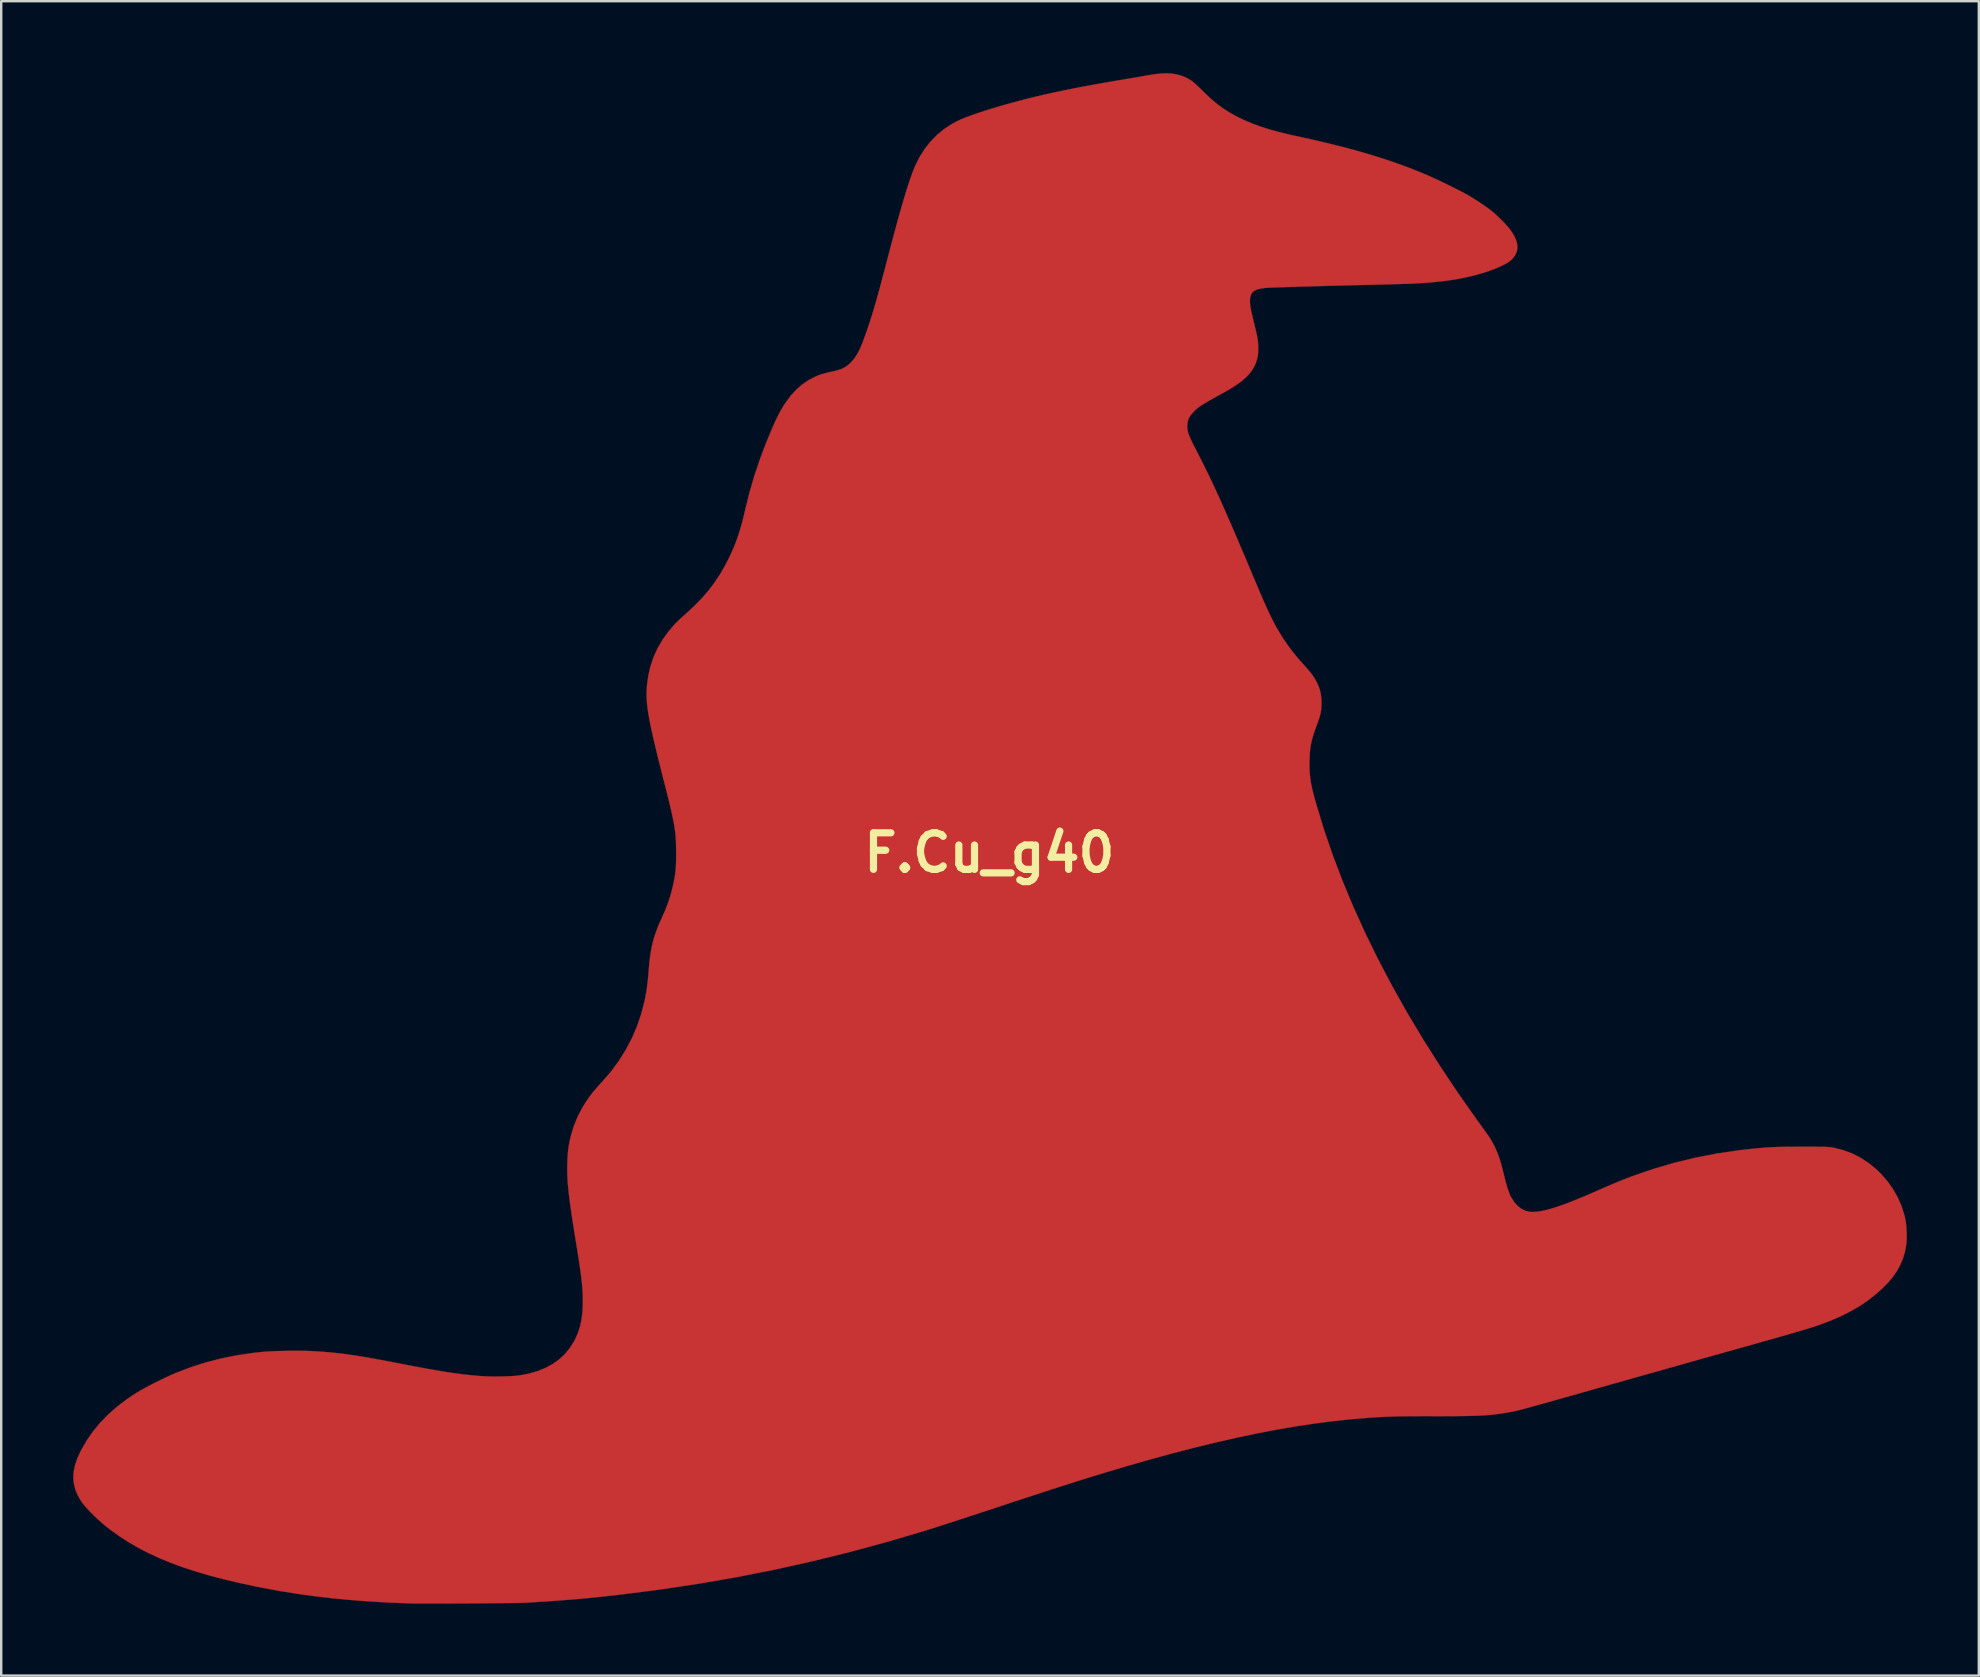
<source format=kicad_pcb>
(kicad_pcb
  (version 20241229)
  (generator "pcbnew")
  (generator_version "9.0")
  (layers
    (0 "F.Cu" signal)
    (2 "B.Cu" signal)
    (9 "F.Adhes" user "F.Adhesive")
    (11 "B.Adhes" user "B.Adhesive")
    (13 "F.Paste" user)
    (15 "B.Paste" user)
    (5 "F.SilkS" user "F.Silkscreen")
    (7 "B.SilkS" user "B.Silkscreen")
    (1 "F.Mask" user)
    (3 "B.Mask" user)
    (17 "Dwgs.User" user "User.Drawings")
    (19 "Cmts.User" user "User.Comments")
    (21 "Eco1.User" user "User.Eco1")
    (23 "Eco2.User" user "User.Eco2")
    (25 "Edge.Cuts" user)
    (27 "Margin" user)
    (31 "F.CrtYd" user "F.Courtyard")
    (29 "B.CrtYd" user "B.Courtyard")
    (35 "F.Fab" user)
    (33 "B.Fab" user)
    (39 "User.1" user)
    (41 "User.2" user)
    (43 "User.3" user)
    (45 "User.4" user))
  (footprint "F.Cu_g40"
    (layer "F.Cu")
    (at 38.171 32.485)
    (property "Reference" "F.Cu_g40" (at 0 0 0) (layer "F.SilkS") (effects (font (size 1.524 1.524) (thickness 0.3))))
    (attr through_hole)
    (fp_poly (pts (xy 7.615 -32.467) (xy 7.814 -32.433) (xy 8.003 -32.379) (xy 8.082 -32.35) (xy 8.18 -32.308) (xy 8.268 -32.266) (xy 8.35 -32.22) (xy 8.432 -32.164) (xy 8.519 -32.096) (xy 8.617 -32.011) (xy 8.729 -31.905) (xy 8.863 -31.775) (xy 8.95 -31.688) (xy 9.214 -31.436) (xy 9.471 -31.218) (xy 9.733 -31.023) (xy 10.01 -30.847) (xy 10.31 -30.681) (xy 10.389 -30.641) (xy 10.688 -30.5) (xy 11 -30.37) (xy 11.332 -30.25) (xy 11.687 -30.137) (xy 12.072 -30.032) (xy 12.491 -29.93) (xy 12.732 -29.877) (xy 13.402 -29.73) (xy 14.033 -29.583) (xy 14.629 -29.436) (xy 15.193 -29.287) (xy 15.729 -29.134) (xy 16.241 -28.978) (xy 16.731 -28.817) (xy 17.204 -28.65) (xy 17.662 -28.476) (xy 18.11 -28.294) (xy 18.182 -28.264) (xy 18.328 -28.2) (xy 18.498 -28.123) (xy 18.687 -28.035) (xy 18.887 -27.94) (xy 19.09 -27.842) (xy 19.291 -27.743) (xy 19.481 -27.648) (xy 19.655 -27.56) (xy 19.804 -27.481) (xy 19.923 -27.416) (xy 19.93 -27.412) (xy 20.085 -27.32) (xy 20.255 -27.214) (xy 20.431 -27.099) (xy 20.602 -26.984) (xy 20.759 -26.873) (xy 20.893 -26.773) (xy 20.934 -26.741) (xy 21.052 -26.641) (xy 21.183 -26.521) (xy 21.319 -26.39) (xy 21.45 -26.256) (xy 21.569 -26.127) (xy 21.666 -26.013) (xy 21.699 -25.971) (xy 21.837 -25.767) (xy 21.934 -25.573) (xy 21.989 -25.39) (xy 22.004 -25.217) (xy 21.978 -25.054) (xy 21.91 -24.901) (xy 21.802 -24.759) (xy 21.74 -24.698) (xy 21.628 -24.613) (xy 21.479 -24.525) (xy 21.297 -24.435) (xy 21.087 -24.344) (xy 20.854 -24.256) (xy 20.602 -24.173) (xy 20.335 -24.095) (xy 20.267 -24.076) (xy 19.975 -24.004) (xy 19.68 -23.941) (xy 19.376 -23.886) (xy 19.058 -23.839) (xy 18.72 -23.799) (xy 18.356 -23.765) (xy 17.961 -23.736) (xy 17.642 -23.718) (xy 17.584 -23.715) (xy 17.488 -23.712) (xy 17.357 -23.708) (xy 17.194 -23.703) (xy 17.005 -23.698) (xy 16.791 -23.692) (xy 16.558 -23.686) (xy 16.309 -23.679) (xy 16.048 -23.673) (xy 15.779 -23.666) (xy 15.706 -23.664) (xy 15.149 -23.651) (xy 14.63 -23.637) (xy 14.149 -23.625) (xy 13.705 -23.613) (xy 13.301 -23.602) (xy 12.935 -23.592) (xy 12.609 -23.582) (xy 12.323 -23.573) (xy 12.077 -23.564) (xy 11.872 -23.557) (xy 11.708 -23.55) (xy 11.586 -23.543) (xy 11.514 -23.539) (xy 11.322 -23.515) (xy 11.168 -23.478) (xy 11.049 -23.425) (xy 10.961 -23.352) (xy 10.902 -23.259) (xy 10.869 -23.141) (xy 10.859 -22.998) (xy 10.861 -22.922) (xy 10.867 -22.844) (xy 10.879 -22.756) (xy 10.897 -22.652) (xy 10.923 -22.528) (xy 10.957 -22.376) (xy 11.002 -22.191) (xy 11.017 -22.13) (xy 11.053 -21.981) (xy 11.088 -21.834) (xy 11.119 -21.697) (xy 11.146 -21.58) (xy 11.165 -21.492) (xy 11.168 -21.474) (xy 11.19 -21.321) (xy 11.203 -21.152) (xy 11.205 -20.979) (xy 11.198 -20.815) (xy 11.181 -20.673) (xy 11.167 -20.606) (xy 11.11 -20.424) (xy 11.035 -20.254) (xy 10.939 -20.095) (xy 10.82 -19.942) (xy 10.675 -19.793) (xy 10.5 -19.645) (xy 10.293 -19.496) (xy 10.052 -19.342) (xy 9.772 -19.18) (xy 9.726 -19.155) (xy 9.505 -19.033) (xy 9.318 -18.929) (xy 9.16 -18.84) (xy 9.029 -18.764) (xy 8.919 -18.698) (xy 8.828 -18.64) (xy 8.752 -18.587) (xy 8.686 -18.538) (xy 8.628 -18.489) (xy 8.572 -18.438) (xy 8.525 -18.392) (xy 8.402 -18.254) (xy 8.318 -18.119) (xy 8.267 -17.978) (xy 8.247 -17.825) (xy 8.246 -17.791) (xy 8.249 -17.703) (xy 8.259 -17.617) (xy 8.278 -17.528) (xy 8.309 -17.431) (xy 8.353 -17.319) (xy 8.413 -17.188) (xy 8.49 -17.03) (xy 8.573 -16.868) (xy 8.693 -16.635) (xy 8.808 -16.409) (xy 8.92 -16.186) (xy 9.029 -15.964) (xy 9.138 -15.741) (xy 9.247 -15.515) (xy 9.357 -15.281) (xy 9.469 -15.039) (xy 9.585 -14.786) (xy 9.705 -14.518) (xy 9.832 -14.233) (xy 9.965 -13.93) (xy 10.107 -13.604) (xy 10.257 -13.254) (xy 10.419 -12.877) (xy 10.592 -12.471) (xy 10.778 -12.032) (xy 10.977 -11.559) (xy 11.143 -11.165) (xy 11.28 -10.844) (xy 11.403 -10.558) (xy 11.515 -10.304) (xy 11.618 -10.078) (xy 11.714 -9.876) (xy 11.804 -9.694) (xy 11.891 -9.527) (xy 11.976 -9.373) (xy 12.053 -9.24) (xy 12.241 -8.937) (xy 12.432 -8.655) (xy 12.634 -8.384) (xy 12.855 -8.114) (xy 13.104 -7.832) (xy 13.113 -7.821) (xy 13.241 -7.679) (xy 13.344 -7.56) (xy 13.427 -7.456) (xy 13.495 -7.362) (xy 13.554 -7.27) (xy 13.608 -7.174) (xy 13.625 -7.141) (xy 13.712 -6.958) (xy 13.773 -6.788) (xy 13.812 -6.614) (xy 13.833 -6.423) (xy 13.838 -6.327) (xy 13.839 -6.133) (xy 13.828 -5.963) (xy 13.799 -5.801) (xy 13.753 -5.632) (xy 13.702 -5.485) (xy 13.616 -5.248) (xy 13.545 -5.043) (xy 13.487 -4.863) (xy 13.442 -4.701) (xy 13.407 -4.55) (xy 13.381 -4.404) (xy 13.363 -4.256) (xy 13.351 -4.098) (xy 13.343 -3.924) (xy 13.341 -3.873) (xy 13.338 -3.664) (xy 13.341 -3.47) (xy 13.353 -3.284) (xy 13.373 -3.1) (xy 13.403 -2.91) (xy 13.444 -2.707) (xy 13.497 -2.483) (xy 13.564 -2.233) (xy 13.619 -2.037) (xy 13.944 -0.97) (xy 14.312 0.103) (xy 14.722 1.18) (xy 15.173 2.263) (xy 15.667 3.35) (xy 16.203 4.443) (xy 16.78 5.54) (xy 17.4 6.643) (xy 18.062 7.75) (xy 18.766 8.862) (xy 19.511 9.98) (xy 20.299 11.102) (xy 20.663 11.603) (xy 20.804 11.804) (xy 20.927 12) (xy 21.035 12.197) (xy 21.131 12.403) (xy 21.217 12.624) (xy 21.297 12.867) (xy 21.373 13.139) (xy 21.449 13.445) (xy 21.452 13.462) (xy 21.508 13.688) (xy 21.567 13.895) (xy 21.626 14.078) (xy 21.684 14.23) (xy 21.739 14.347) (xy 21.742 14.351) (xy 21.869 14.549) (xy 22.009 14.707) (xy 22.162 14.827) (xy 22.331 14.91) (xy 22.378 14.925) (xy 22.494 14.951) (xy 22.627 14.962) (xy 22.778 14.956) (xy 22.948 14.935) (xy 23.141 14.897) (xy 23.356 14.841) (xy 23.597 14.768) (xy 23.865 14.676) (xy 24.162 14.566) (xy 24.489 14.436) (xy 24.85 14.286) (xy 25.244 14.116) (xy 25.358 14.066) (xy 25.617 13.951) (xy 25.846 13.852) (xy 26.051 13.765) (xy 26.238 13.688) (xy 26.417 13.616) (xy 26.592 13.548) (xy 26.772 13.48) (xy 26.849 13.452) (xy 27.695 13.162) (xy 28.558 12.911) (xy 29.436 12.699) (xy 30.326 12.527) (xy 31.226 12.394) (xy 31.687 12.342) (xy 31.903 12.32) (xy 32.096 12.302) (xy 32.273 12.287) (xy 32.441 12.275) (xy 32.607 12.266) (xy 32.776 12.258) (xy 32.955 12.253) (xy 33.151 12.249) (xy 33.37 12.247) (xy 33.618 12.246) (xy 33.888 12.245) (xy 34.132 12.245) (xy 34.338 12.245) (xy 34.509 12.246) (xy 34.651 12.247) (xy 34.768 12.249) (xy 34.863 12.252) (xy 34.941 12.255) (xy 35.006 12.26) (xy 35.062 12.266) (xy 35.114 12.274) (xy 35.165 12.283) (xy 35.216 12.293) (xy 35.593 12.391) (xy 35.956 12.528) (xy 36.302 12.704) (xy 36.63 12.917) (xy 36.939 13.168) (xy 37.148 13.369) (xy 37.42 13.681) (xy 37.654 14.011) (xy 37.851 14.358) (xy 38.01 14.722) (xy 38.129 15.101) (xy 38.164 15.251) (xy 38.188 15.391) (xy 38.206 15.558) (xy 38.218 15.741) (xy 38.224 15.926) (xy 38.223 16.101) (xy 38.215 16.254) (xy 38.207 16.323) (xy 38.152 16.618) (xy 38.069 16.898) (xy 37.958 17.166) (xy 37.815 17.424) (xy 37.641 17.676) (xy 37.431 17.923) (xy 37.186 18.17) (xy 36.902 18.418) (xy 36.607 18.648) (xy 36.266 18.882) (xy 35.886 19.103) (xy 35.467 19.312) (xy 35.011 19.508) (xy 34.519 19.69) (xy 34.322 19.755) (xy 34.232 19.784) (xy 34.135 19.815) (xy 34.027 19.848) (xy 33.907 19.884) (xy 33.77 19.924) (xy 33.615 19.97) (xy 33.439 20.021) (xy 33.24 20.078) (xy 33.015 20.142) (xy 32.76 20.214) (xy 32.474 20.295) (xy 32.155 20.386) (xy 31.798 20.486) (xy 31.57 20.55) (xy 30.864 20.749) (xy 30.169 20.944) (xy 29.49 21.135) (xy 28.83 21.321) (xy 28.193 21.501) (xy 27.583 21.673) (xy 27.002 21.837) (xy 26.455 21.992) (xy 25.944 22.136) (xy 25.94 22.137) (xy 25.473 22.269) (xy 25.045 22.39) (xy 24.654 22.5) (xy 24.298 22.601) (xy 23.976 22.692) (xy 23.685 22.774) (xy 23.423 22.848) (xy 23.19 22.914) (xy 22.982 22.972) (xy 22.798 23.023) (xy 22.636 23.068) (xy 22.494 23.107) (xy 22.371 23.141) (xy 22.265 23.17) (xy 22.173 23.194) (xy 22.093 23.215) (xy 22.025 23.232) (xy 21.966 23.246) (xy 21.914 23.258) (xy 21.868 23.268) (xy 21.825 23.277) (xy 21.783 23.285) (xy 21.742 23.292) (xy 21.698 23.3) (xy 21.65 23.308) (xy 21.622 23.314) (xy 21.462 23.341) (xy 21.306 23.366) (xy 21.151 23.387) (xy 20.993 23.406) (xy 20.828 23.421) (xy 20.652 23.435) (xy 20.463 23.446) (xy 20.256 23.454) (xy 20.028 23.461) (xy 19.775 23.466) (xy 19.494 23.469) (xy 19.18 23.471) (xy 18.832 23.472) (xy 18.5 23.472) (xy 18.163 23.471) (xy 17.863 23.472) (xy 17.596 23.473) (xy 17.356 23.475) (xy 17.139 23.478) (xy 16.939 23.482) (xy 16.753 23.487) (xy 16.574 23.494) (xy 16.398 23.502) (xy 16.219 23.512) (xy 16.034 23.523) (xy 15.837 23.536) (xy 15.812 23.538) (xy 15.079 23.598) (xy 14.331 23.678) (xy 13.565 23.776) (xy 12.781 23.894) (xy 11.976 24.032) (xy 11.148 24.191) (xy 10.296 24.37) (xy 9.418 24.57) (xy 8.512 24.791) (xy 7.577 25.034) (xy 6.61 25.299) (xy 5.611 25.587) (xy 5.091 25.742) (xy 4.834 25.819) (xy 4.578 25.897) (xy 4.321 25.976) (xy 4.06 26.057) (xy 3.792 26.141) (xy 3.513 26.228) (xy 3.222 26.321) (xy 2.916 26.419) (xy 2.592 26.523) (xy 2.247 26.635) (xy 1.878 26.756) (xy 1.482 26.885) (xy 1.058 27.024) (xy 0.602 27.174) (xy 0.111 27.337) (xy -0.402 27.506) (xy -0.671 27.595) (xy -0.945 27.685) (xy -1.218 27.774) (xy -1.486 27.862) (xy -1.743 27.945) (xy -1.985 28.023) (xy -2.206 28.094) (xy -2.4 28.156) (xy -2.563 28.207) (xy -2.656 28.236) (xy -4.231 28.702) (xy -5.8 29.128) (xy -7.369 29.515) (xy -8.942 29.865) (xy -10.523 30.178) (xy -12.117 30.454) (xy -13.728 30.696) (xy -15.251 30.891) (xy -15.654 30.938) (xy -16.037 30.981) (xy -16.405 31.019) (xy -16.766 31.055) (xy -17.127 31.088) (xy -17.494 31.119) (xy -17.873 31.148) (xy -18.273 31.177) (xy -18.699 31.206) (xy -19.159 31.235) (xy -19.315 31.244) (xy -19.38 31.247) (xy -19.485 31.25) (xy -19.624 31.253) (xy -19.795 31.255) (xy -19.994 31.258) (xy -20.217 31.26) (xy -20.461 31.263) (xy -20.721 31.265) (xy -20.995 31.267) (xy -21.279 31.269) (xy -21.569 31.271) (xy -21.861 31.273) (xy -22.152 31.274) (xy -22.439 31.275) (xy -22.717 31.276) (xy -22.983 31.277) (xy -23.233 31.277) (xy -23.465 31.277) (xy -23.673 31.276) (xy -23.855 31.276) (xy -24.007 31.275) (xy -24.125 31.273) (xy -24.204 31.271) (xy -25.046 31.236) (xy -25.853 31.189) (xy -26.629 31.129) (xy -27.381 31.057) (xy -28.113 30.972) (xy -28.831 30.873) (xy -29.541 30.759) (xy -30.247 30.629) (xy -30.584 30.562) (xy -31.261 30.417) (xy -31.897 30.267) (xy -32.497 30.109) (xy -33.061 29.944) (xy -33.592 29.77) (xy -34.092 29.587) (xy -34.564 29.393) (xy -35.01 29.188) (xy -35.432 28.971) (xy -35.833 28.741) (xy -36.215 28.496) (xy -36.579 28.237) (xy -36.788 28.076) (xy -36.948 27.943) (xy -37.113 27.797) (xy -37.276 27.644) (xy -37.432 27.489) (xy -37.574 27.339) (xy -37.698 27.2) (xy -37.796 27.076) (xy -37.841 27.012) (xy -37.98 26.771) (xy -38.081 26.53) (xy -38.142 26.287) (xy -38.166 26.039) (xy -38.15 25.784) (xy -38.097 25.52) (xy -38.004 25.243) (xy -37.873 24.952) (xy -37.842 24.892) (xy -37.611 24.49) (xy -37.346 24.108) (xy -37.048 23.746) (xy -36.714 23.403) (xy -36.344 23.076) (xy -35.935 22.765) (xy -35.532 22.497) (xy -35.39 22.411) (xy -35.216 22.314) (xy -35.019 22.208) (xy -34.807 22.099) (xy -34.587 21.989) (xy -34.368 21.883) (xy -34.157 21.785) (xy -33.962 21.699) (xy -33.877 21.663) (xy -33.266 21.43) (xy -32.642 21.231) (xy -32.001 21.066) (xy -31.34 20.934) (xy -30.656 20.833) (xy -30.311 20.796) (xy -30.14 20.782) (xy -29.936 20.77) (xy -29.706 20.761) (xy -29.46 20.754) (xy -29.205 20.749) (xy -28.949 20.747) (xy -28.702 20.748) (xy -28.472 20.751) (xy -28.268 20.758) (xy -28.173 20.763) (xy -27.928 20.778) (xy -27.693 20.795) (xy -27.464 20.814) (xy -27.237 20.837) (xy -27.008 20.863) (xy -26.772 20.893) (xy -26.525 20.929) (xy -26.262 20.969) (xy -25.98 21.016) (xy -25.674 21.07) (xy -25.34 21.131) (xy -24.973 21.2) (xy -24.57 21.278) (xy -24.543 21.283) (xy -24.137 21.361) (xy -23.769 21.431) (xy -23.434 21.493) (xy -23.129 21.547) (xy -22.849 21.595) (xy -22.591 21.637) (xy -22.35 21.673) (xy -22.123 21.704) (xy -21.906 21.731) (xy -21.695 21.755) (xy -21.485 21.775) (xy -21.273 21.793) (xy -21.149 21.803) (xy -20.985 21.812) (xy -20.797 21.818) (xy -20.594 21.819) (xy -20.385 21.818) (xy -20.177 21.814) (xy -19.98 21.806) (xy -19.802 21.796) (xy -19.65 21.783) (xy -19.558 21.771) (xy -19.169 21.695) (xy -18.811 21.59) (xy -18.484 21.457) (xy -18.188 21.296) (xy -17.923 21.106) (xy -17.688 20.888) (xy -17.483 20.64) (xy -17.307 20.362) (xy -17.258 20.27) (xy -17.143 20.011) (xy -17.055 19.74) (xy -16.992 19.451) (xy -16.954 19.137) (xy -16.939 18.881) (xy -16.936 18.721) (xy -16.936 18.563) (xy -16.94 18.403) (xy -16.949 18.236) (xy -16.962 18.059) (xy -16.981 17.867) (xy -17.005 17.657) (xy -17.036 17.425) (xy -17.073 17.165) (xy -17.117 16.876) (xy -17.168 16.551) (xy -17.209 16.298) (xy -17.274 15.896) (xy -17.332 15.533) (xy -17.383 15.204) (xy -17.427 14.908) (xy -17.465 14.64) (xy -17.497 14.398) (xy -17.523 14.177) (xy -17.544 13.976) (xy -17.561 13.79) (xy -17.573 13.617) (xy -17.581 13.453) (xy -17.585 13.295) (xy -17.586 13.14) (xy -17.583 12.984) (xy -17.583 12.965) (xy -17.575 12.738) (xy -17.563 12.542) (xy -17.546 12.365) (xy -17.522 12.196) (xy -17.489 12.024) (xy -17.446 11.837) (xy -17.443 11.822) (xy -17.321 11.408) (xy -17.159 11.006) (xy -16.958 10.618) (xy -16.811 10.382) (xy -16.727 10.257) (xy -16.649 10.146) (xy -16.571 10.042) (xy -16.487 9.937) (xy -16.39 9.824) (xy -16.275 9.694) (xy -16.16 9.567) (xy -16.063 9.459) (xy -15.962 9.344) (xy -15.866 9.234) (xy -15.786 9.138) (xy -15.748 9.091) (xy -15.425 8.653) (xy -15.138 8.192) (xy -14.887 7.712) (xy -14.674 7.212) (xy -14.499 6.696) (xy -14.364 6.165) (xy -14.343 6.064) (xy -14.307 5.875) (xy -14.277 5.697) (xy -14.251 5.518) (xy -14.23 5.328) (xy -14.21 5.116) (xy -14.193 4.9) (xy -14.163 4.561) (xy -14.125 4.256) (xy -14.078 3.976) (xy -14.019 3.713) (xy -13.946 3.459) (xy -13.857 3.206) (xy -13.751 2.944) (xy -13.657 2.738) (xy -13.49 2.356) (xy -13.353 1.991) (xy -13.244 1.633) (xy -13.16 1.274) (xy -13.159 1.27) (xy -13.127 1.106) (xy -13.102 0.963) (xy -13.083 0.831) (xy -13.069 0.702) (xy -13.059 0.568) (xy -13.053 0.418) (xy -13.05 0.246) (xy -13.049 0.04) (xy -13.049 0.011) (xy -13.05 -0.164) (xy -13.053 -0.325) (xy -13.057 -0.476) (xy -13.065 -0.621) (xy -13.077 -0.763) (xy -13.093 -0.908) (xy -13.114 -1.058) (xy -13.141 -1.218) (xy -13.174 -1.391) (xy -13.214 -1.581) (xy -13.262 -1.792) (xy -13.317 -2.028) (xy -13.382 -2.293) (xy -13.457 -2.59) (xy -13.541 -2.923) (xy -13.557 -2.985) (xy -13.668 -3.422) (xy -13.769 -3.822) (xy -13.858 -4.186) (xy -13.938 -4.517) (xy -14.008 -4.818) (xy -14.069 -5.09) (xy -14.121 -5.337) (xy -14.165 -5.561) (xy -14.201 -5.765) (xy -14.23 -5.951) (xy -14.252 -6.122) (xy -14.267 -6.28) (xy -14.277 -6.428) (xy -14.281 -6.569) (xy -14.28 -6.705) (xy -14.274 -6.838) (xy -14.267 -6.943) (xy -14.213 -7.364) (xy -14.12 -7.769) (xy -13.988 -8.159) (xy -13.817 -8.533) (xy -13.606 -8.893) (xy -13.355 -9.239) (xy -13.099 -9.536) (xy -13.04 -9.596) (xy -12.957 -9.676) (xy -12.857 -9.77) (xy -12.748 -9.87) (xy -12.638 -9.968) (xy -12.636 -9.97) (xy -12.29 -10.29) (xy -11.98 -10.607) (xy -11.702 -10.928) (xy -11.451 -11.258) (xy -11.222 -11.603) (xy -11.01 -11.97) (xy -10.858 -12.266) (xy -10.743 -12.511) (xy -10.639 -12.749) (xy -10.545 -12.988) (xy -10.459 -13.234) (xy -10.377 -13.495) (xy -10.298 -13.778) (xy -10.219 -14.09) (xy -10.148 -14.393) (xy -9.984 -15.047) (xy -9.788 -15.716) (xy -9.561 -16.393) (xy -9.306 -17.071) (xy -9.025 -17.743) (xy -8.975 -17.854) (xy -8.88 -18.063) (xy -8.793 -18.242) (xy -8.71 -18.4) (xy -8.624 -18.547) (xy -8.532 -18.694) (xy -8.486 -18.762) (xy -8.269 -19.054) (xy -8.036 -19.307) (xy -7.785 -19.525) (xy -7.513 -19.707) (xy -7.22 -19.856) (xy -7.213 -19.859) (xy -7.123 -19.895) (xy -7.022 -19.931) (xy -6.903 -19.966) (xy -6.761 -20.004) (xy -6.59 -20.045) (xy -6.383 -20.092) (xy -6.361 -20.097) (xy -6.152 -20.163) (xy -5.962 -20.267) (xy -5.79 -20.409) (xy -5.633 -20.589) (xy -5.578 -20.667) (xy -5.519 -20.76) (xy -5.465 -20.854) (xy -5.413 -20.955) (xy -5.361 -21.07) (xy -5.305 -21.205) (xy -5.243 -21.368) (xy -5.171 -21.564) (xy -5.168 -21.573) (xy -5.105 -21.749) (xy -5.044 -21.925) (xy -4.985 -22.103) (xy -4.925 -22.288) (xy -4.865 -22.482) (xy -4.803 -22.689) (xy -4.738 -22.913) (xy -4.669 -23.157) (xy -4.595 -23.424) (xy -4.515 -23.719) (xy -4.429 -24.044) (xy -4.334 -24.402) (xy -4.231 -24.798) (xy -4.223 -24.828) (xy -4.089 -25.337) (xy -3.965 -25.805) (xy -3.848 -26.236) (xy -3.739 -26.629) (xy -3.636 -26.988) (xy -3.541 -27.313) (xy -3.452 -27.605) (xy -3.368 -27.868) (xy -3.289 -28.101) (xy -3.216 -28.307) (xy -3.146 -28.487) (xy -3.092 -28.617) (xy -2.911 -28.982) (xy -2.7 -29.319) (xy -2.459 -29.627) (xy -2.19 -29.904) (xy -1.892 -30.151) (xy -1.568 -30.365) (xy -1.355 -30.48) (xy -1.185 -30.559) (xy -0.977 -30.644) (xy -0.734 -30.735) (xy -0.461 -30.83) (xy -0.161 -30.928) (xy 0.163 -31.029) (xy 0.507 -31.131) (xy 0.867 -31.232) (xy 1.239 -31.333) (xy 1.62 -31.431) (xy 2.007 -31.526) (xy 2.381 -31.613) (xy 2.704 -31.684) (xy 3.063 -31.759) (xy 3.451 -31.837) (xy 3.862 -31.917) (xy 4.291 -31.997) (xy 4.73 -32.076) (xy 5.173 -32.153) (xy 5.535 -32.213) (xy 5.722 -32.245) (xy 5.921 -32.278) (xy 6.121 -32.313) (xy 6.311 -32.345) (xy 6.479 -32.375) (xy 6.604 -32.398) (xy 6.899 -32.445) (xy 7.163 -32.473) (xy 7.399 -32.48) (xy 7.615 -32.467)) (stroke (width 0.01) (type solid)) (fill yes) (layer "F.Cu")))
  (gr_rect
    (start -3 -3)
    (end 79.4 66.767)
    (stroke (width 0.1) (type default))
    (fill no)
    (layer "Edge.Cuts")))
</source>
